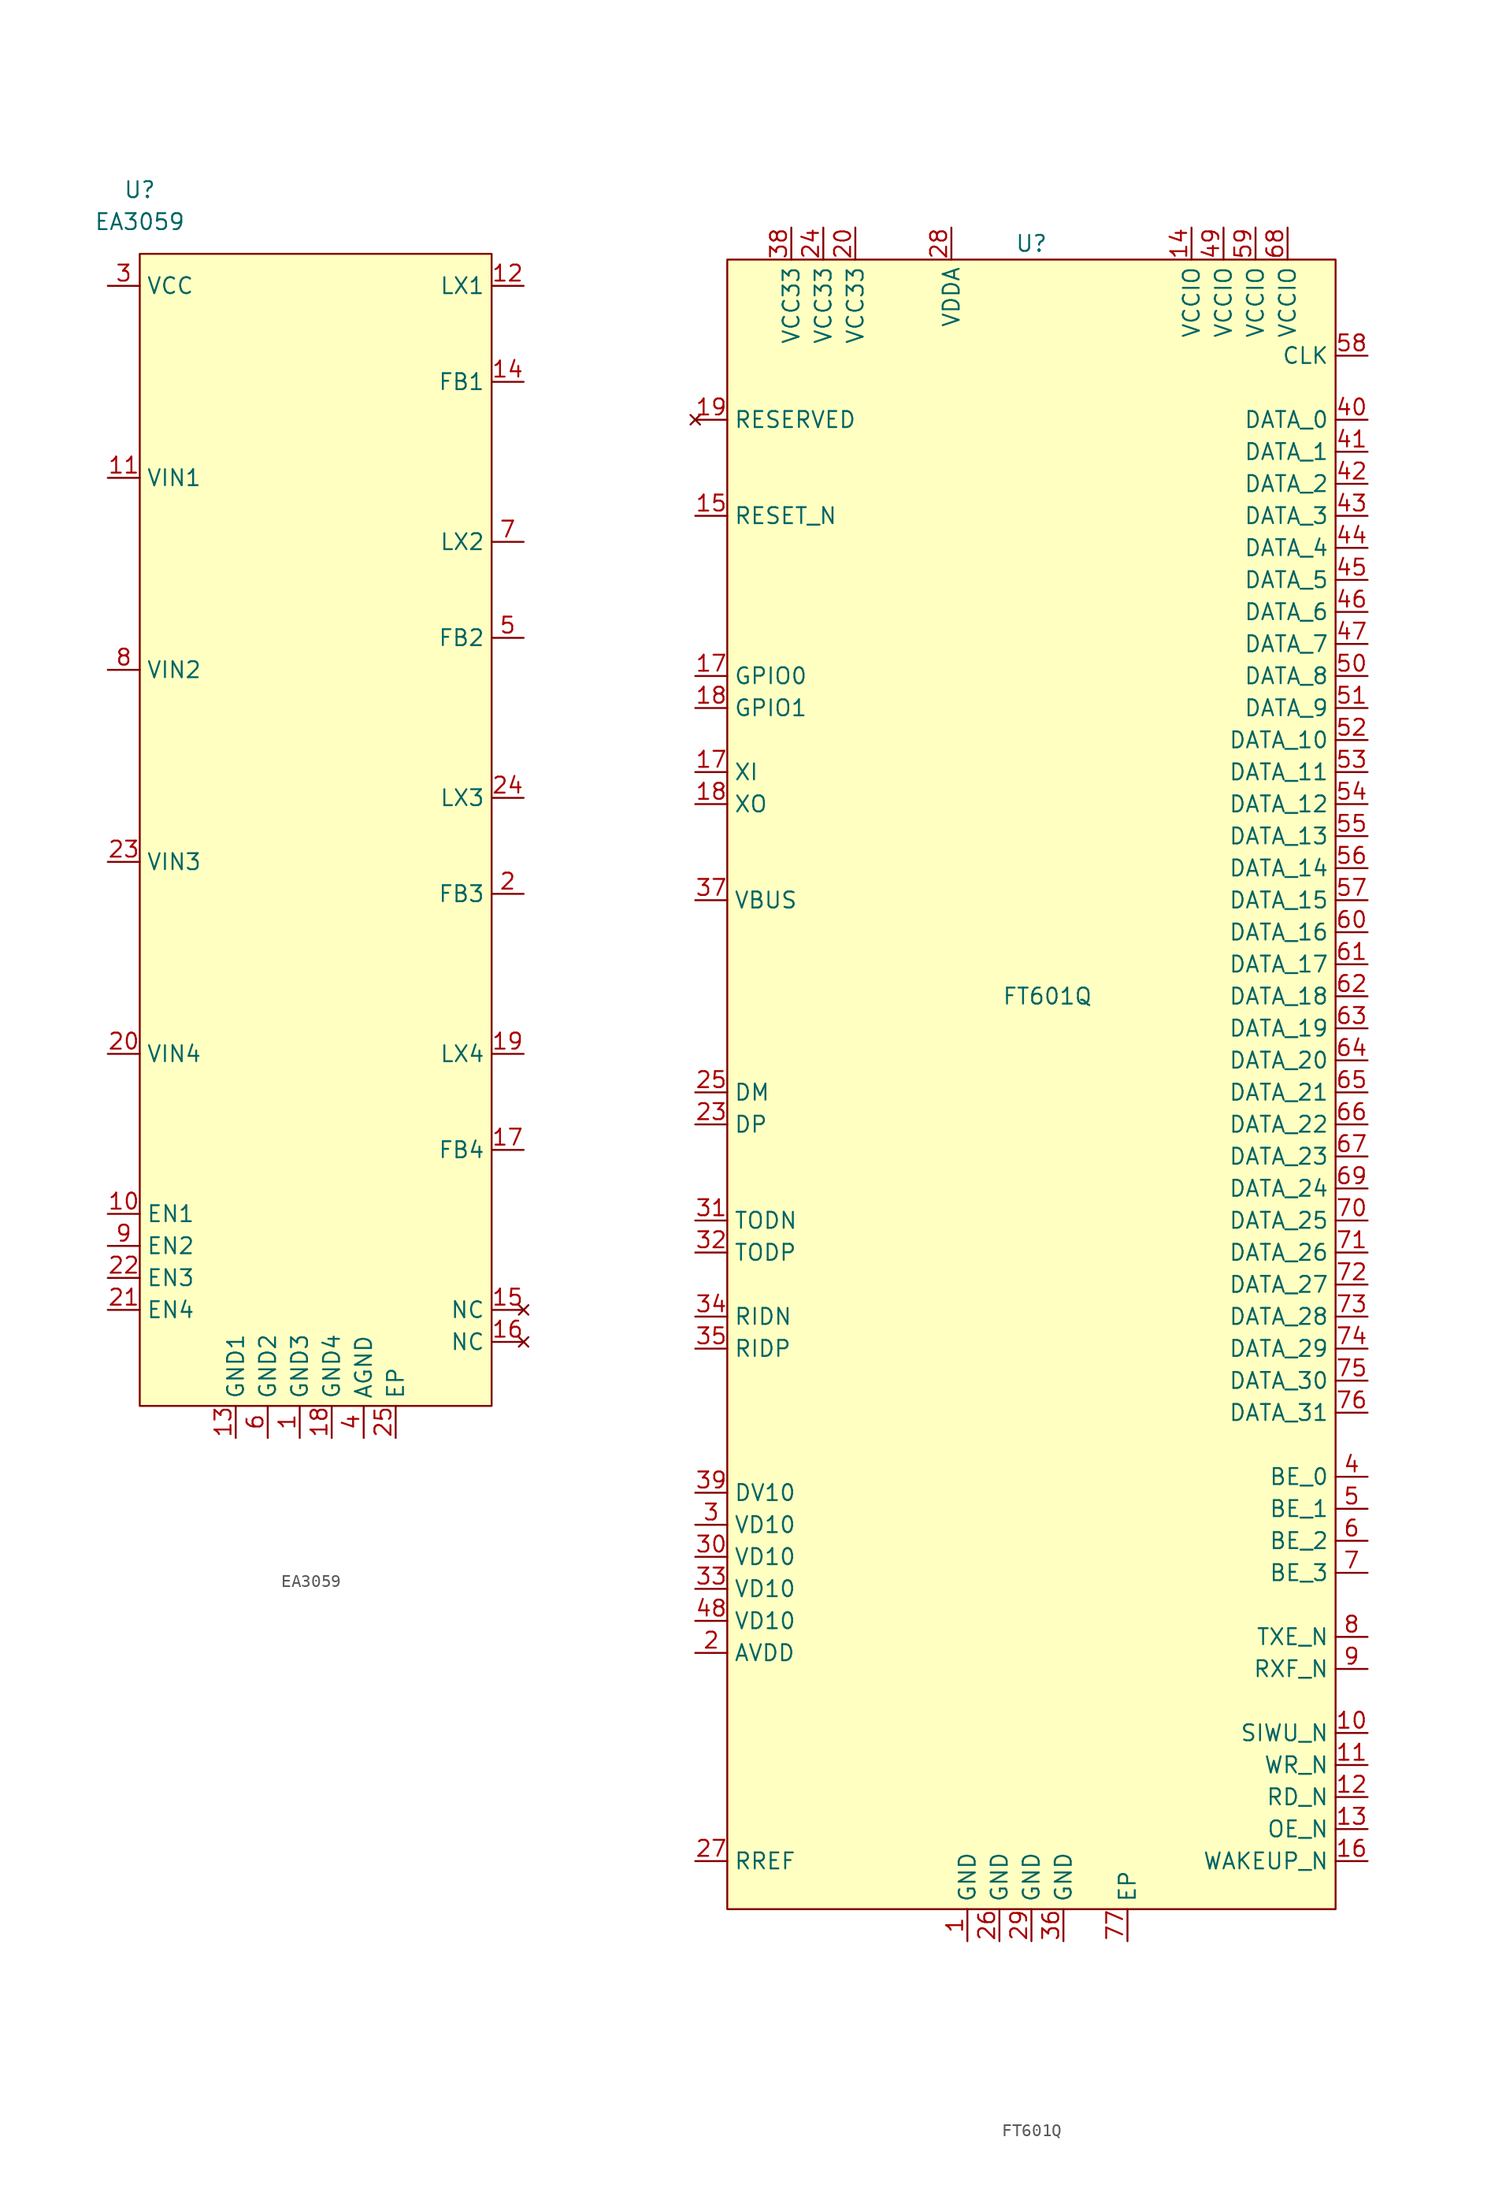
<source format=kicad_sym>
(kicad_symbol_lib
  (version 20220914)
  (generator kicad_symbol_editor)
  (symbol "EA3059"
    (property "Reference" "U"
      (at 0 5.08 0)
      (effects (font (size 1.27 1.27))))
    (property "Value" "EA3059"
      (at 0 2.54 0)
      (effects (font (size 1.27 1.27))))
    (symbol "EA3059_0_1"
      (rectangle (start 0 0) (end 27.94 -91.44) (stroke (width 0) (type default)) (fill (type background))))
    (symbol "EA3059_1_1"
      (pin power_in line (at 12.7 -93.98 90) (length 2.54) (name "GND3" (effects (font (size 1.27 1.27)))) (number "1" (effects (font (size 1.27 1.27)))))
      (pin input line (at -2.54 -76.2 0) (length 2.54) (name "EN1" (effects (font (size 1.27 1.27)))) (number "10" (effects (font (size 1.27 1.27)))))
      (pin power_in line (at -2.54 -17.78 0) (length 2.54) (name "VIN1" (effects (font (size 1.27 1.27)))) (number "11" (effects (font (size 1.27 1.27)))))
      (pin output line (at 30.48 -2.54 180) (length 2.54) (name "LX1" (effects (font (size 1.27 1.27)))) (number "12" (effects (font (size 1.27 1.27)))))
      (pin power_in line (at 7.62 -93.98 90) (length 2.54) (name "GND1" (effects (font (size 1.27 1.27)))) (number "13" (effects (font (size 1.27 1.27)))))
      (pin input line (at 30.48 -10.16 180) (length 2.54) (name "FB1" (effects (font (size 1.27 1.27)))) (number "14" (effects (font (size 1.27 1.27)))))
      (pin no_connect line (at 30.48 -83.82 180) (length 2.54) (name "NC" (effects (font (size 1.27 1.27)))) (number "15" (effects (font (size 1.27 1.27)))))
      (pin no_connect line (at 30.48 -86.36 180) (length 2.54) (name "NC" (effects (font (size 1.27 1.27)))) (number "16" (effects (font (size 1.27 1.27)))))
      (pin input line (at 30.48 -71.12 180) (length 2.54) (name "FB4" (effects (font (size 1.27 1.27)))) (number "17" (effects (font (size 1.27 1.27)))))
      (pin power_in line (at 15.24 -93.98 90) (length 2.54) (name "GND4" (effects (font (size 1.27 1.27)))) (number "18" (effects (font (size 1.27 1.27)))))
      (pin output line (at 30.48 -63.5 180) (length 2.54) (name "LX4" (effects (font (size 1.27 1.27)))) (number "19" (effects (font (size 1.27 1.27)))))
      (pin input line (at 30.48 -50.8 180) (length 2.54) (name "FB3" (effects (font (size 1.27 1.27)))) (number "2" (effects (font (size 1.27 1.27)))))
      (pin power_in line (at -2.54 -63.5 0) (length 2.54) (name "VIN4" (effects (font (size 1.27 1.27)))) (number "20" (effects (font (size 1.27 1.27)))))
      (pin input line (at -2.54 -83.82 0) (length 2.54) (name "EN4" (effects (font (size 1.27 1.27)))) (number "21" (effects (font (size 1.27 1.27)))))
      (pin input line (at -2.54 -81.28 0) (length 2.54) (name "EN3" (effects (font (size 1.27 1.27)))) (number "22" (effects (font (size 1.27 1.27)))))
      (pin power_in line (at -2.54 -48.26 0) (length 2.54) (name "VIN3" (effects (font (size 1.27 1.27)))) (number "23" (effects (font (size 1.27 1.27)))))
      (pin output line (at 30.48 -43.18 180) (length 2.54) (name "LX3" (effects (font (size 1.27 1.27)))) (number "24" (effects (font (size 1.27 1.27)))))
      (pin power_in line (at 20.32 -93.98 90) (length 2.54) (name "EP" (effects (font (size 1.27 1.27)))) (number "25" (effects (font (size 1.27 1.27)))))
      (pin power_in line (at -2.54 -2.54 0) (length 2.54) (name "VCC" (effects (font (size 1.27 1.27)))) (number "3" (effects (font (size 1.27 1.27)))))
      (pin power_in line (at 17.78 -93.98 90) (length 2.54) (name "AGND" (effects (font (size 1.27 1.27)))) (number "4" (effects (font (size 1.27 1.27)))))
      (pin input line (at 30.48 -30.48 180) (length 2.54) (name "FB2" (effects (font (size 1.27 1.27)))) (number "5" (effects (font (size 1.27 1.27)))))
      (pin power_in line (at 10.16 -93.98 90) (length 2.54) (name "GND2" (effects (font (size 1.27 1.27)))) (number "6" (effects (font (size 1.27 1.27)))))
      (pin output line (at 30.48 -22.86 180) (length 2.54) (name "LX2" (effects (font (size 1.27 1.27)))) (number "7" (effects (font (size 1.27 1.27)))))
      (pin power_in line (at -2.54 -33.02 0) (length 2.54) (name "VIN2" (effects (font (size 1.27 1.27)))) (number "8" (effects (font (size 1.27 1.27)))))
      (pin input line (at -2.54 -78.74 0) (length 2.54) (name "EN2" (effects (font (size 1.27 1.27)))) (number "9" (effects (font (size 1.27 1.27)))))))
  (symbol "FT601Q"
    (property "Reference" "U"
      (at 0 1.27 0)
      (effects (font (size 1.27 1.27))))
    (property "Value" "FT601Q"
      (at 1.27 -58.42 0)
      (effects (font (size 1.27 1.27))))
    (symbol "FT601Q_0_1"
      (rectangle (start -24.13 0) (end 24.13 -130.81) (stroke (width 0) (type default)) (fill (type background))))
    (symbol "FT601Q_1_1"
      (pin power_in line (at -5.08 -133.35 90) (length 2.54) (name "GND" (effects (font (size 1.27 1.27)))) (number "1" (effects (font (size 1.27 1.27)))))
      (pin input line (at 26.67 -116.84 180) (length 2.54) (name "SIWU_N" (effects (font (size 1.27 1.27)))) (number "10" (effects (font (size 1.27 1.27)))))
      (pin input line (at 26.67 -119.38 180) (length 2.54) (name "WR_N" (effects (font (size 1.27 1.27)))) (number "11" (effects (font (size 1.27 1.27)))))
      (pin input line (at 26.67 -121.92 180) (length 2.54) (name "RD_N" (effects (font (size 1.27 1.27)))) (number "12" (effects (font (size 1.27 1.27)))))
      (pin input line (at 26.67 -124.46 180) (length 2.54) (name "OE_N" (effects (font (size 1.27 1.27)))) (number "13" (effects (font (size 1.27 1.27)))))
      (pin power_in line (at 12.7 2.54 270) (length 2.54) (name "VCCIO" (effects (font (size 1.27 1.27)))) (number "14" (effects (font (size 1.27 1.27)))))
      (pin input line (at -26.67 -20.32 0) (length 2.54) (name "RESET_N" (effects (font (size 1.27 1.27)))) (number "15" (effects (font (size 1.27 1.27)))))
      (pin bidirectional line (at 26.67 -127 180) (length 2.54) (name "WAKEUP_N" (effects (font (size 1.27 1.27)))) (number "16" (effects (font (size 1.27 1.27)))))
      (pin bidirectional line (at -26.67 -33.02 0) (length 2.54) (name "GPIO0" (effects (font (size 1.27 1.27)))) (number "17" (effects (font (size 1.27 1.27)))))
      (pin input line (at -26.67 -40.64 0) (length 2.54) (name "XI" (effects (font (size 1.27 1.27)))) (number "17" (effects (font (size 1.27 1.27)))))
      (pin bidirectional line (at -26.67 -35.56 0) (length 2.54) (name "GPIO1" (effects (font (size 1.27 1.27)))) (number "18" (effects (font (size 1.27 1.27)))))
      (pin output line (at -26.67 -43.18 0) (length 2.54) (name "XO" (effects (font (size 1.27 1.27)))) (number "18" (effects (font (size 1.27 1.27)))))
      (pin no_connect line (at -26.67 -12.7 0) (length 2.54) (name "RESERVED" (effects (font (size 1.27 1.27)))) (number "19" (effects (font (size 1.27 1.27)))))
      (pin power_in line (at -26.67 -110.49 0) (length 2.54) (name "AVDD" (effects (font (size 1.27 1.27)))) (number "2" (effects (font (size 1.27 1.27)))))
      (pin power_in line (at -13.97 2.54 270) (length 2.54) (name "VCC33" (effects (font (size 1.27 1.27)))) (number "20" (effects (font (size 1.27 1.27)))))
      (pin bidirectional line (at -26.67 -68.58 0) (length 2.54) (name "DP" (effects (font (size 1.27 1.27)))) (number "23" (effects (font (size 1.27 1.27)))))
      (pin power_in line (at -16.51 2.54 270) (length 2.54) (name "VCC33" (effects (font (size 1.27 1.27)))) (number "24" (effects (font (size 1.27 1.27)))))
      (pin bidirectional line (at -26.67 -66.04 0) (length 2.54) (name "DM" (effects (font (size 1.27 1.27)))) (number "25" (effects (font (size 1.27 1.27)))))
      (pin power_in line (at -2.54 -133.35 90) (length 2.54) (name "GND" (effects (font (size 1.27 1.27)))) (number "26" (effects (font (size 1.27 1.27)))))
      (pin input line (at -26.67 -127 0) (length 2.54) (name "RREF" (effects (font (size 1.27 1.27)))) (number "27" (effects (font (size 1.27 1.27)))))
      (pin power_in line (at -6.35 2.54 270) (length 2.54) (name "VDDA" (effects (font (size 1.27 1.27)))) (number "28" (effects (font (size 1.27 1.27)))))
      (pin power_in line (at 0 -133.35 90) (length 2.54) (name "GND" (effects (font (size 1.27 1.27)))) (number "29" (effects (font (size 1.27 1.27)))))
      (pin power_in line (at -26.67 -100.33 0) (length 2.54) (name "VD10" (effects (font (size 1.27 1.27)))) (number "3" (effects (font (size 1.27 1.27)))))
      (pin power_in line (at -26.67 -102.87 0) (length 2.54) (name "VD10" (effects (font (size 1.27 1.27)))) (number "30" (effects (font (size 1.27 1.27)))))
      (pin output line (at -26.67 -76.2 0) (length 2.54) (name "TODN" (effects (font (size 1.27 1.27)))) (number "31" (effects (font (size 1.27 1.27)))))
      (pin output line (at -26.67 -78.74 0) (length 2.54) (name "TODP" (effects (font (size 1.27 1.27)))) (number "32" (effects (font (size 1.27 1.27)))))
      (pin power_in line (at -26.67 -105.41 0) (length 2.54) (name "VD10" (effects (font (size 1.27 1.27)))) (number "33" (effects (font (size 1.27 1.27)))))
      (pin input line (at -26.67 -83.82 0) (length 2.54) (name "RIDN" (effects (font (size 1.27 1.27)))) (number "34" (effects (font (size 1.27 1.27)))))
      (pin input line (at -26.67 -86.36 0) (length 2.54) (name "RIDP" (effects (font (size 1.27 1.27)))) (number "35" (effects (font (size 1.27 1.27)))))
      (pin power_in line (at 2.54 -133.35 90) (length 2.54) (name "GND" (effects (font (size 1.27 1.27)))) (number "36" (effects (font (size 1.27 1.27)))))
      (pin power_in line (at -26.67 -50.8 0) (length 2.54) (name "VBUS" (effects (font (size 1.27 1.27)))) (number "37" (effects (font (size 1.27 1.27)))))
      (pin power_in line (at -19.05 2.54 270) (length 2.54) (name "VCC33" (effects (font (size 1.27 1.27)))) (number "38" (effects (font (size 1.27 1.27)))))
      (pin power_out line (at -26.67 -97.79 0) (length 2.54) (name "DV10" (effects (font (size 1.27 1.27)))) (number "39" (effects (font (size 1.27 1.27)))))
      (pin bidirectional line (at 26.67 -96.52 180) (length 2.54) (name "BE_0" (effects (font (size 1.27 1.27)))) (number "4" (effects (font (size 1.27 1.27)))))
      (pin bidirectional line (at 26.67 -12.7 180) (length 2.54) (name "DATA_0" (effects (font (size 1.27 1.27)))) (number "40" (effects (font (size 1.27 1.27)))))
      (pin bidirectional line (at 26.67 -15.24 180) (length 2.54) (name "DATA_1" (effects (font (size 1.27 1.27)))) (number "41" (effects (font (size 1.27 1.27)))))
      (pin bidirectional line (at 26.67 -17.78 180) (length 2.54) (name "DATA_2" (effects (font (size 1.27 1.27)))) (number "42" (effects (font (size 1.27 1.27)))))
      (pin bidirectional line (at 26.67 -20.32 180) (length 2.54) (name "DATA_3" (effects (font (size 1.27 1.27)))) (number "43" (effects (font (size 1.27 1.27)))))
      (pin bidirectional line (at 26.67 -22.86 180) (length 2.54) (name "DATA_4" (effects (font (size 1.27 1.27)))) (number "44" (effects (font (size 1.27 1.27)))))
      (pin bidirectional line (at 26.67 -25.4 180) (length 2.54) (name "DATA_5" (effects (font (size 1.27 1.27)))) (number "45" (effects (font (size 1.27 1.27)))))
      (pin bidirectional line (at 26.67 -27.94 180) (length 2.54) (name "DATA_6" (effects (font (size 1.27 1.27)))) (number "46" (effects (font (size 1.27 1.27)))))
      (pin bidirectional line (at 26.67 -30.48 180) (length 2.54) (name "DATA_7" (effects (font (size 1.27 1.27)))) (number "47" (effects (font (size 1.27 1.27)))))
      (pin power_in line (at -26.67 -107.95 0) (length 2.54) (name "VD10" (effects (font (size 1.27 1.27)))) (number "48" (effects (font (size 1.27 1.27)))))
      (pin power_in line (at 15.24 2.54 270) (length 2.54) (name "VCCIO" (effects (font (size 1.27 1.27)))) (number "49" (effects (font (size 1.27 1.27)))))
      (pin bidirectional line (at 26.67 -99.06 180) (length 2.54) (name "BE_1" (effects (font (size 1.27 1.27)))) (number "5" (effects (font (size 1.27 1.27)))))
      (pin bidirectional line (at 26.67 -33.02 180) (length 2.54) (name "DATA_8" (effects (font (size 1.27 1.27)))) (number "50" (effects (font (size 1.27 1.27)))))
      (pin bidirectional line (at 26.67 -35.56 180) (length 2.54) (name "DATA_9" (effects (font (size 1.27 1.27)))) (number "51" (effects (font (size 1.27 1.27)))))
      (pin bidirectional line (at 26.67 -38.1 180) (length 2.54) (name "DATA_10" (effects (font (size 1.27 1.27)))) (number "52" (effects (font (size 1.27 1.27)))))
      (pin bidirectional line (at 26.67 -40.64 180) (length 2.54) (name "DATA_11" (effects (font (size 1.27 1.27)))) (number "53" (effects (font (size 1.27 1.27)))))
      (pin bidirectional line (at 26.67 -43.18 180) (length 2.54) (name "DATA_12" (effects (font (size 1.27 1.27)))) (number "54" (effects (font (size 1.27 1.27)))))
      (pin bidirectional line (at 26.67 -45.72 180) (length 2.54) (name "DATA_13" (effects (font (size 1.27 1.27)))) (number "55" (effects (font (size 1.27 1.27)))))
      (pin bidirectional line (at 26.67 -48.26 180) (length 2.54) (name "DATA_14" (effects (font (size 1.27 1.27)))) (number "56" (effects (font (size 1.27 1.27)))))
      (pin bidirectional line (at 26.67 -50.8 180) (length 2.54) (name "DATA_15" (effects (font (size 1.27 1.27)))) (number "57" (effects (font (size 1.27 1.27)))))
      (pin output line (at 26.67 -7.62 180) (length 2.54) (name "CLK" (effects (font (size 1.27 1.27)))) (number "58" (effects (font (size 1.27 1.27)))))
      (pin power_in line (at 17.78 2.54 270) (length 2.54) (name "VCCIO" (effects (font (size 1.27 1.27)))) (number "59" (effects (font (size 1.27 1.27)))))
      (pin bidirectional line (at 26.67 -101.6 180) (length 2.54) (name "BE_2" (effects (font (size 1.27 1.27)))) (number "6" (effects (font (size 1.27 1.27)))))
      (pin bidirectional line (at 26.67 -53.34 180) (length 2.54) (name "DATA_16" (effects (font (size 1.27 1.27)))) (number "60" (effects (font (size 1.27 1.27)))))
      (pin bidirectional line (at 26.67 -55.88 180) (length 2.54) (name "DATA_17" (effects (font (size 1.27 1.27)))) (number "61" (effects (font (size 1.27 1.27)))))
      (pin bidirectional line (at 26.67 -58.42 180) (length 2.54) (name "DATA_18" (effects (font (size 1.27 1.27)))) (number "62" (effects (font (size 1.27 1.27)))))
      (pin bidirectional line (at 26.67 -60.96 180) (length 2.54) (name "DATA_19" (effects (font (size 1.27 1.27)))) (number "63" (effects (font (size 1.27 1.27)))))
      (pin bidirectional line (at 26.67 -63.5 180) (length 2.54) (name "DATA_20" (effects (font (size 1.27 1.27)))) (number "64" (effects (font (size 1.27 1.27)))))
      (pin bidirectional line (at 26.67 -66.04 180) (length 2.54) (name "DATA_21" (effects (font (size 1.27 1.27)))) (number "65" (effects (font (size 1.27 1.27)))))
      (pin bidirectional line (at 26.67 -68.58 180) (length 2.54) (name "DATA_22" (effects (font (size 1.27 1.27)))) (number "66" (effects (font (size 1.27 1.27)))))
      (pin bidirectional line (at 26.67 -71.12 180) (length 2.54) (name "DATA_23" (effects (font (size 1.27 1.27)))) (number "67" (effects (font (size 1.27 1.27)))))
      (pin power_in line (at 20.32 2.54 270) (length 2.54) (name "VCCIO" (effects (font (size 1.27 1.27)))) (number "68" (effects (font (size 1.27 1.27)))))
      (pin bidirectional line (at 26.67 -73.66 180) (length 2.54) (name "DATA_24" (effects (font (size 1.27 1.27)))) (number "69" (effects (font (size 1.27 1.27)))))
      (pin bidirectional line (at 26.67 -104.14 180) (length 2.54) (name "BE_3" (effects (font (size 1.27 1.27)))) (number "7" (effects (font (size 1.27 1.27)))))
      (pin bidirectional line (at 26.67 -76.2 180) (length 2.54) (name "DATA_25" (effects (font (size 1.27 1.27)))) (number "70" (effects (font (size 1.27 1.27)))))
      (pin bidirectional line (at 26.67 -78.74 180) (length 2.54) (name "DATA_26" (effects (font (size 1.27 1.27)))) (number "71" (effects (font (size 1.27 1.27)))))
      (pin bidirectional line (at 26.67 -81.28 180) (length 2.54) (name "DATA_27" (effects (font (size 1.27 1.27)))) (number "72" (effects (font (size 1.27 1.27)))))
      (pin bidirectional line (at 26.67 -83.82 180) (length 2.54) (name "DATA_28" (effects (font (size 1.27 1.27)))) (number "73" (effects (font (size 1.27 1.27)))))
      (pin bidirectional line (at 26.67 -86.36 180) (length 2.54) (name "DATA_29" (effects (font (size 1.27 1.27)))) (number "74" (effects (font (size 1.27 1.27)))))
      (pin bidirectional line (at 26.67 -88.9 180) (length 2.54) (name "DATA_30" (effects (font (size 1.27 1.27)))) (number "75" (effects (font (size 1.27 1.27)))))
      (pin bidirectional line (at 26.67 -91.44 180) (length 2.54) (name "DATA_31" (effects (font (size 1.27 1.27)))) (number "76" (effects (font (size 1.27 1.27)))))
      (pin power_in line (at 7.62 -133.35 90) (length 2.54) (name "EP" (effects (font (size 1.27 1.27)))) (number "77" (effects (font (size 1.27 1.27)))))
      (pin output line (at 26.67 -109.22 180) (length 2.54) (name "TXE_N" (effects (font (size 1.27 1.27)))) (number "8" (effects (font (size 1.27 1.27)))))
      (pin output line (at 26.67 -111.76 180) (length 2.54) (name "RXF_N" (effects (font (size 1.27 1.27)))) (number "9" (effects (font (size 1.27 1.27))))))))
</source>
